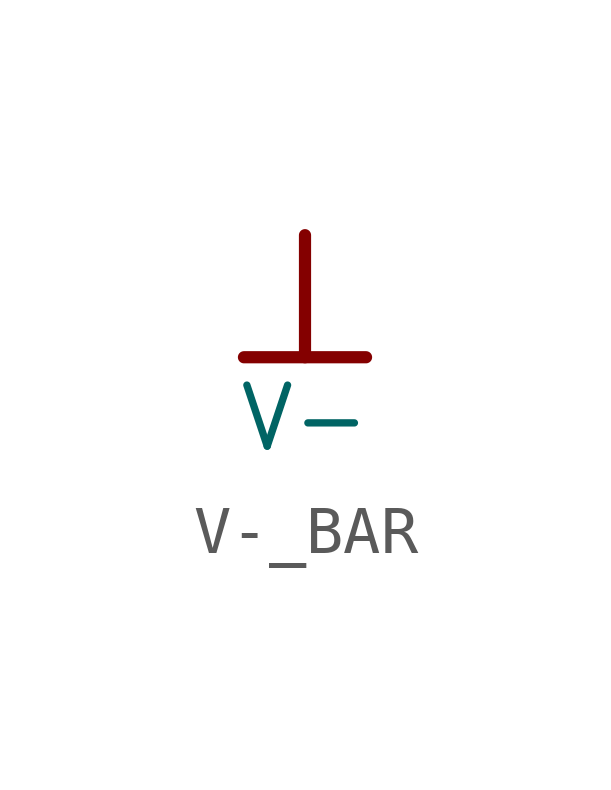
<source format=kicad_sym>
(kicad_symbol_lib
  (version 20241209)
  (generator "kicad_symbol_editor")
  (generator_version "9.0")
  (symbol "V-_BAR"
    (power)
    (property "Reference" "#PWR"
      (at 0 0 0)
      (effects (font (size 1.27 1.27)) (hide yes)))
    (property "Value" "V-"
      (at 0 -3.81 0)
      (effects (font (size 1.27 1.27))))
    (symbol "V-_BAR_0_0"
      (polyline (pts (xy -1.27 -2.54) (xy 1.27 -2.54)) (stroke (width 0.254) (type solid)) (fill (type none)))
      (polyline (pts (xy 0 0) (xy 0 -2.54)) (stroke (width 0.254) (type solid)) (fill (type none)))
      (pin power_in line (at 0 0 0) (length 0) (hide yes) (name "V-" (effects (font (size 1.27 1.27)))) (number "" (effects (font (size 1.27 1.27))))))))
</source>
